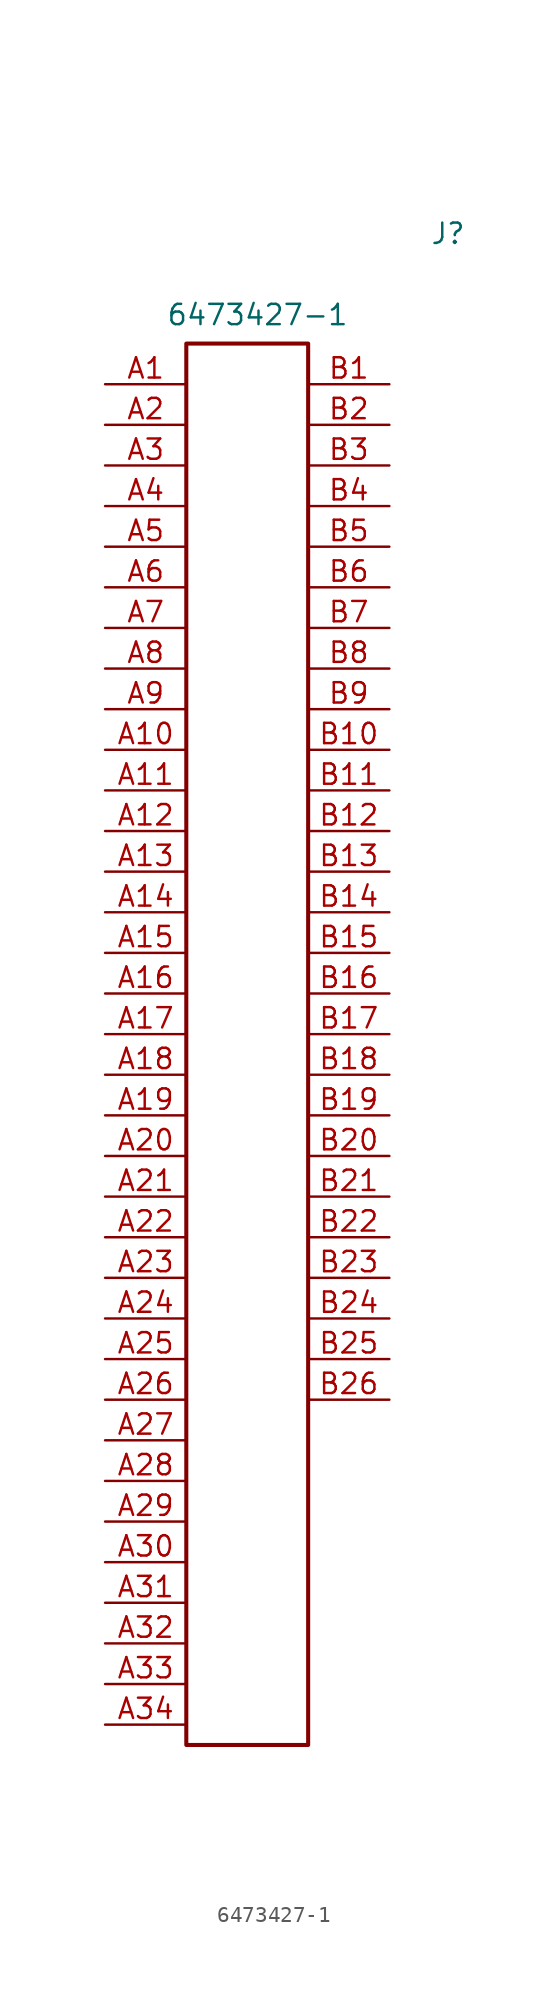
<source format=kicad_sym>
(kicad_symbol_lib
  (version 20220914)
  (generator kicad_symbol_editor)
  (symbol "6473427-1"
    (property "Reference" "J"
      (at 11.43 7.62 0)
      (effects (font (size 1.27 1.27)) (justify left top)))
    (property "Value" "6473427-1"
      (at -5.08 2.54 0)
      (effects (font (size 1.27 1.27)) (justify left top)))
    (symbol "6473427-1_1_1"
      (rectangle (start -3.81 0) (end 3.81 -87.63) (stroke (width 0.254) (type default)) (fill (type none)))
      (pin passive line (at -8.89 -2.54 0) (length 5.08) (name "" (effects (font (size 1.27 1.27)))) (number "A1" (effects (font (size 1.27 1.27)))))
      (pin passive line (at -8.89 -25.4 0) (length 5.08) (name "" (effects (font (size 1.27 1.27)))) (number "A10" (effects (font (size 1.27 1.27)))))
      (pin passive line (at -8.89 -27.94 0) (length 5.08) (name "" (effects (font (size 1.27 1.27)))) (number "A11" (effects (font (size 1.27 1.27)))))
      (pin passive line (at -8.89 -30.48 0) (length 5.08) (name "" (effects (font (size 1.27 1.27)))) (number "A12" (effects (font (size 1.27 1.27)))))
      (pin passive line (at -8.89 -33.02 0) (length 5.08) (name "" (effects (font (size 1.27 1.27)))) (number "A13" (effects (font (size 1.27 1.27)))))
      (pin passive line (at -8.89 -35.56 0) (length 5.08) (name "" (effects (font (size 1.27 1.27)))) (number "A14" (effects (font (size 1.27 1.27)))))
      (pin passive line (at -8.89 -38.1 0) (length 5.08) (name "" (effects (font (size 1.27 1.27)))) (number "A15" (effects (font (size 1.27 1.27)))))
      (pin passive line (at -8.89 -40.64 0) (length 5.08) (name "" (effects (font (size 1.27 1.27)))) (number "A16" (effects (font (size 1.27 1.27)))))
      (pin passive line (at -8.89 -43.18 0) (length 5.08) (name "" (effects (font (size 1.27 1.27)))) (number "A17" (effects (font (size 1.27 1.27)))))
      (pin passive line (at -8.89 -45.72 0) (length 5.08) (name "" (effects (font (size 1.27 1.27)))) (number "A18" (effects (font (size 1.27 1.27)))))
      (pin passive line (at -8.89 -48.26 0) (length 5.08) (name "" (effects (font (size 1.27 1.27)))) (number "A19" (effects (font (size 1.27 1.27)))))
      (pin passive line (at -8.89 -5.08 0) (length 5.08) (name "" (effects (font (size 1.27 1.27)))) (number "A2" (effects (font (size 1.27 1.27)))))
      (pin passive line (at -8.89 -50.8 0) (length 5.08) (name "" (effects (font (size 1.27 1.27)))) (number "A20" (effects (font (size 1.27 1.27)))))
      (pin passive line (at -8.89 -53.34 0) (length 5.08) (name "" (effects (font (size 1.27 1.27)))) (number "A21" (effects (font (size 1.27 1.27)))))
      (pin passive line (at -8.89 -55.88 0) (length 5.08) (name "" (effects (font (size 1.27 1.27)))) (number "A22" (effects (font (size 1.27 1.27)))))
      (pin passive line (at -8.89 -58.42 0) (length 5.08) (name "" (effects (font (size 1.27 1.27)))) (number "A23" (effects (font (size 1.27 1.27)))))
      (pin passive line (at -8.89 -60.96 0) (length 5.08) (name "" (effects (font (size 1.27 1.27)))) (number "A24" (effects (font (size 1.27 1.27)))))
      (pin passive line (at -8.89 -63.5 0) (length 5.08) (name "" (effects (font (size 1.27 1.27)))) (number "A25" (effects (font (size 1.27 1.27)))))
      (pin passive line (at -8.89 -66.04 0) (length 5.08) (name "" (effects (font (size 1.27 1.27)))) (number "A26" (effects (font (size 1.27 1.27)))))
      (pin passive line (at -8.89 -68.58 0) (length 5.08) (name "" (effects (font (size 1.27 1.27)))) (number "A27" (effects (font (size 1.27 1.27)))))
      (pin passive line (at -8.89 -71.12 0) (length 5.08) (name "" (effects (font (size 1.27 1.27)))) (number "A28" (effects (font (size 1.27 1.27)))))
      (pin passive line (at -8.89 -73.66 0) (length 5.08) (name "" (effects (font (size 1.27 1.27)))) (number "A29" (effects (font (size 1.27 1.27)))))
      (pin passive line (at -8.89 -7.62 0) (length 5.08) (name "" (effects (font (size 1.27 1.27)))) (number "A3" (effects (font (size 1.27 1.27)))))
      (pin passive line (at -8.89 -76.2 0) (length 5.08) (name "" (effects (font (size 1.27 1.27)))) (number "A30" (effects (font (size 1.27 1.27)))))
      (pin passive line (at -8.89 -78.74 0) (length 5.08) (name "" (effects (font (size 1.27 1.27)))) (number "A31" (effects (font (size 1.27 1.27)))))
      (pin passive line (at -8.89 -81.28 0) (length 5.08) (name "" (effects (font (size 1.27 1.27)))) (number "A32" (effects (font (size 1.27 1.27)))))
      (pin passive line (at -8.89 -83.82 0) (length 5.08) (name "" (effects (font (size 1.27 1.27)))) (number "A33" (effects (font (size 1.27 1.27)))))
      (pin passive line (at -8.89 -86.36 0) (length 5.08) (name "" (effects (font (size 1.27 1.27)))) (number "A34" (effects (font (size 1.27 1.27)))))
      (pin passive line (at -8.89 -10.16 0) (length 5.08) (name "" (effects (font (size 1.27 1.27)))) (number "A4" (effects (font (size 1.27 1.27)))))
      (pin passive line (at -8.89 -12.7 0) (length 5.08) (name "" (effects (font (size 1.27 1.27)))) (number "A5" (effects (font (size 1.27 1.27)))))
      (pin passive line (at -8.89 -15.24 0) (length 5.08) (name "" (effects (font (size 1.27 1.27)))) (number "A6" (effects (font (size 1.27 1.27)))))
      (pin passive line (at -8.89 -17.78 0) (length 5.08) (name "" (effects (font (size 1.27 1.27)))) (number "A7" (effects (font (size 1.27 1.27)))))
      (pin passive line (at -8.89 -20.32 0) (length 5.08) (name "" (effects (font (size 1.27 1.27)))) (number "A8" (effects (font (size 1.27 1.27)))))
      (pin passive line (at -8.89 -22.86 0) (length 5.08) (name "" (effects (font (size 1.27 1.27)))) (number "A9" (effects (font (size 1.27 1.27)))))
      (pin passive line (at 8.89 -2.54 180) (length 5.08) (name "" (effects (font (size 1.27 1.27)))) (number "B1" (effects (font (size 1.27 1.27)))))
      (pin passive line (at 8.89 -25.4 180) (length 5.08) (name "" (effects (font (size 1.27 1.27)))) (number "B10" (effects (font (size 1.27 1.27)))))
      (pin passive line (at 8.89 -27.94 180) (length 5.08) (name "" (effects (font (size 1.27 1.27)))) (number "B11" (effects (font (size 1.27 1.27)))))
      (pin passive line (at 8.89 -30.48 180) (length 5.08) (name "" (effects (font (size 1.27 1.27)))) (number "B12" (effects (font (size 1.27 1.27)))))
      (pin passive line (at 8.89 -33.02 180) (length 5.08) (name "" (effects (font (size 1.27 1.27)))) (number "B13" (effects (font (size 1.27 1.27)))))
      (pin passive line (at 8.89 -35.56 180) (length 5.08) (name "" (effects (font (size 1.27 1.27)))) (number "B14" (effects (font (size 1.27 1.27)))))
      (pin passive line (at 8.89 -38.1 180) (length 5.08) (name "" (effects (font (size 1.27 1.27)))) (number "B15" (effects (font (size 1.27 1.27)))))
      (pin passive line (at 8.89 -40.64 180) (length 5.08) (name "" (effects (font (size 1.27 1.27)))) (number "B16" (effects (font (size 1.27 1.27)))))
      (pin passive line (at 8.89 -43.18 180) (length 5.08) (name "" (effects (font (size 1.27 1.27)))) (number "B17" (effects (font (size 1.27 1.27)))))
      (pin passive line (at 8.89 -45.72 180) (length 5.08) (name "" (effects (font (size 1.27 1.27)))) (number "B18" (effects (font (size 1.27 1.27)))))
      (pin passive line (at 8.89 -48.26 180) (length 5.08) (name "" (effects (font (size 1.27 1.27)))) (number "B19" (effects (font (size 1.27 1.27)))))
      (pin passive line (at 8.89 -5.08 180) (length 5.08) (name "" (effects (font (size 1.27 1.27)))) (number "B2" (effects (font (size 1.27 1.27)))))
      (pin passive line (at 8.89 -50.8 180) (length 5.08) (name "" (effects (font (size 1.27 1.27)))) (number "B20" (effects (font (size 1.27 1.27)))))
      (pin passive line (at 8.89 -53.34 180) (length 5.08) (name "" (effects (font (size 1.27 1.27)))) (number "B21" (effects (font (size 1.27 1.27)))))
      (pin passive line (at 8.89 -55.88 180) (length 5.08) (name "" (effects (font (size 1.27 1.27)))) (number "B22" (effects (font (size 1.27 1.27)))))
      (pin passive line (at 8.89 -58.42 180) (length 5.08) (name "" (effects (font (size 1.27 1.27)))) (number "B23" (effects (font (size 1.27 1.27)))))
      (pin passive line (at 8.89 -60.96 180) (length 5.08) (name "" (effects (font (size 1.27 1.27)))) (number "B24" (effects (font (size 1.27 1.27)))))
      (pin passive line (at 8.89 -63.5 180) (length 5.08) (name "" (effects (font (size 1.27 1.27)))) (number "B25" (effects (font (size 1.27 1.27)))))
      (pin passive line (at 8.89 -66.04 180) (length 5.08) (name "" (effects (font (size 1.27 1.27)))) (number "B26" (effects (font (size 1.27 1.27)))))
      (pin passive line (at 8.89 -7.62 180) (length 5.08) (name "" (effects (font (size 1.27 1.27)))) (number "B3" (effects (font (size 1.27 1.27)))))
      (pin passive line (at 8.89 -10.16 180) (length 5.08) (name "" (effects (font (size 1.27 1.27)))) (number "B4" (effects (font (size 1.27 1.27)))))
      (pin passive line (at 8.89 -12.7 180) (length 5.08) (name "" (effects (font (size 1.27 1.27)))) (number "B5" (effects (font (size 1.27 1.27)))))
      (pin passive line (at 8.89 -15.24 180) (length 5.08) (name "" (effects (font (size 1.27 1.27)))) (number "B6" (effects (font (size 1.27 1.27)))))
      (pin passive line (at 8.89 -17.78 180) (length 5.08) (name "" (effects (font (size 1.27 1.27)))) (number "B7" (effects (font (size 1.27 1.27)))))
      (pin passive line (at 8.89 -20.32 180) (length 5.08) (name "" (effects (font (size 1.27 1.27)))) (number "B8" (effects (font (size 1.27 1.27)))))
      (pin passive line (at 8.89 -22.86 180) (length 5.08) (name "" (effects (font (size 1.27 1.27)))) (number "B9" (effects (font (size 1.27 1.27)))))
      (pin passive line (at 8.89 -81.28 180) (length 5.08) hide (name "MH1" (effects (font (size 1.27 1.27)))) (number "MH1" (effects (font (size 1.27 1.27)))))
      (pin passive line (at 8.89 -86.36 180) (length 5.08) hide (name "MH2" (effects (font (size 1.27 1.27)))) (number "MH2" (effects (font (size 1.27 1.27)))))
      (pin passive line (at 8.89 -83.82 180) (length 5.08) hide (name "MH3" (effects (font (size 1.27 1.27)))) (number "MH3" (effects (font (size 1.27 1.27))))))))
</source>
